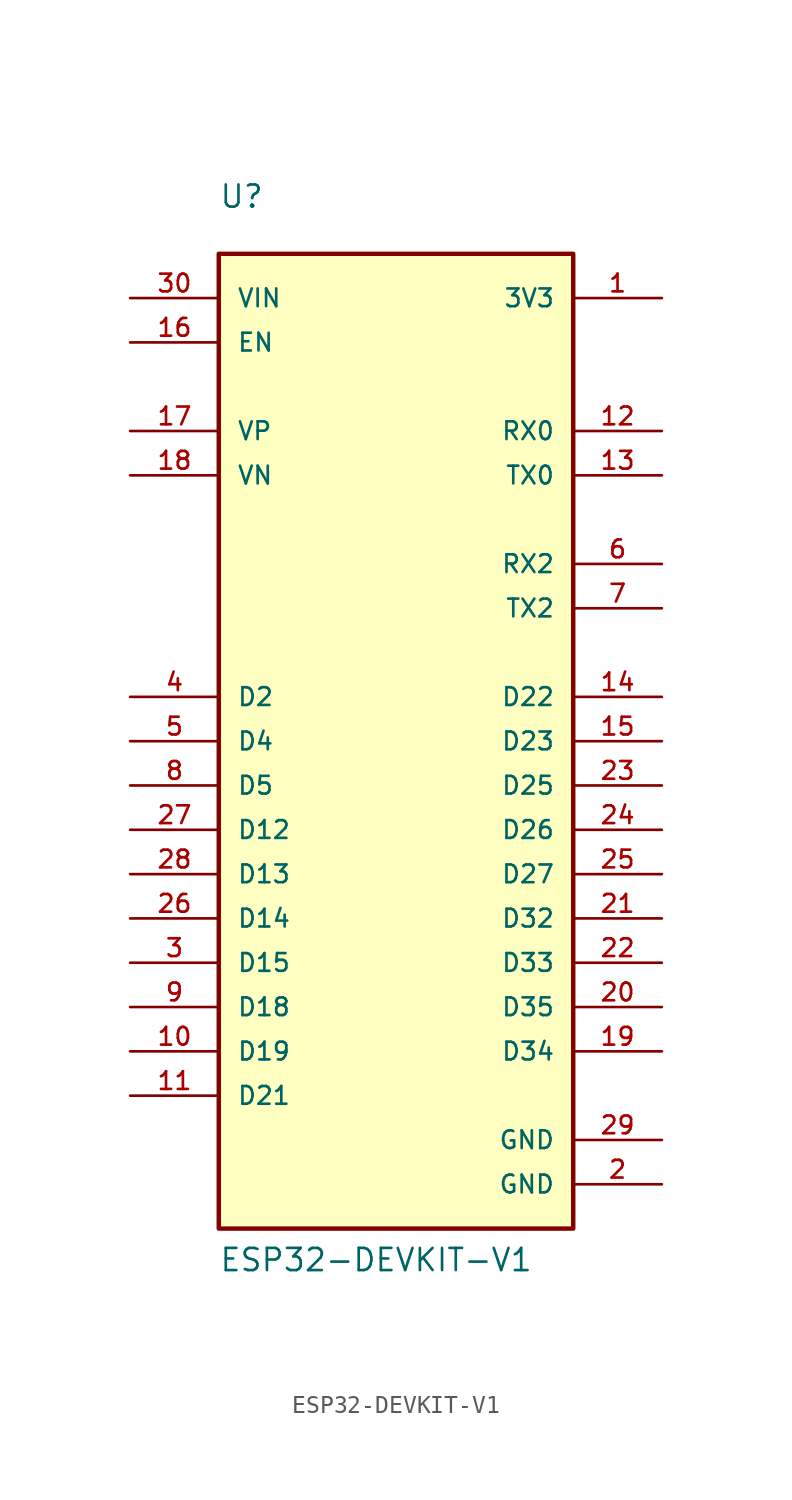
<source format=kicad_sym>
(kicad_symbol_lib
  (version 20231120)
  (generator "kicad_symbol_editor")
  (generator_version "8.0")
  (symbol "ESP32-DEVKIT-V1"
    (pin_names
      (offset 1.016))
    (property "Reference" "U"
      (at -10.16 30.48 0)
      (effects (font (size 1.27 1.27)) (justify left bottom)))
    (property "Value" "ESP32-DEVKIT-V1"
      (at -10.16 -30.48 0)
      (effects (font (size 1.27 1.27)) (justify left bottom)))
    (symbol "ESP32-DEVKIT-V1_0_0"
      (rectangle (start -10.16 27.94) (end 10.16 -27.94) (stroke (width 0.254) (type solid)) (fill (type background)))
      (pin output line (at 15.24 25.4 180) (length 5.08) (name "3V3" (effects (font (size 1.016 1.016)))) (number "1" (effects (font (size 1.016 1.016)))))
      (pin bidirectional line (at -15.24 -17.78 0) (length 5.08) (name "D19" (effects (font (size 1.016 1.016)))) (number "10" (effects (font (size 1.016 1.016)))))
      (pin bidirectional line (at -15.24 -20.32 0) (length 5.08) (name "D21" (effects (font (size 1.016 1.016)))) (number "11" (effects (font (size 1.016 1.016)))))
      (pin input line (at 15.24 17.78 180) (length 5.08) (name "RX0" (effects (font (size 1.016 1.016)))) (number "12" (effects (font (size 1.016 1.016)))))
      (pin output line (at 15.24 15.24 180) (length 5.08) (name "TX0" (effects (font (size 1.016 1.016)))) (number "13" (effects (font (size 1.016 1.016)))))
      (pin bidirectional line (at 15.24 2.54 180) (length 5.08) (name "D22" (effects (font (size 1.016 1.016)))) (number "14" (effects (font (size 1.016 1.016)))))
      (pin bidirectional line (at 15.24 0 180) (length 5.08) (name "D23" (effects (font (size 1.016 1.016)))) (number "15" (effects (font (size 1.016 1.016)))))
      (pin input line (at -15.24 22.86 0) (length 5.08) (name "EN" (effects (font (size 1.016 1.016)))) (number "16" (effects (font (size 1.016 1.016)))))
      (pin bidirectional line (at -15.24 17.78 0) (length 5.08) (name "VP" (effects (font (size 1.016 1.016)))) (number "17" (effects (font (size 1.016 1.016)))))
      (pin bidirectional line (at -15.24 15.24 0) (length 5.08) (name "VN" (effects (font (size 1.016 1.016)))) (number "18" (effects (font (size 1.016 1.016)))))
      (pin bidirectional line (at 15.24 -17.78 180) (length 5.08) (name "D34" (effects (font (size 1.016 1.016)))) (number "19" (effects (font (size 1.016 1.016)))))
      (pin power_in line (at 15.24 -25.4 180) (length 5.08) (name "GND" (effects (font (size 1.016 1.016)))) (number "2" (effects (font (size 1.016 1.016)))))
      (pin bidirectional line (at 15.24 -15.24 180) (length 5.08) (name "D35" (effects (font (size 1.016 1.016)))) (number "20" (effects (font (size 1.016 1.016)))))
      (pin bidirectional line (at 15.24 -10.16 180) (length 5.08) (name "D32" (effects (font (size 1.016 1.016)))) (number "21" (effects (font (size 1.016 1.016)))))
      (pin bidirectional line (at 15.24 -12.7 180) (length 5.08) (name "D33" (effects (font (size 1.016 1.016)))) (number "22" (effects (font (size 1.016 1.016)))))
      (pin bidirectional line (at 15.24 -2.54 180) (length 5.08) (name "D25" (effects (font (size 1.016 1.016)))) (number "23" (effects (font (size 1.016 1.016)))))
      (pin bidirectional line (at 15.24 -5.08 180) (length 5.08) (name "D26" (effects (font (size 1.016 1.016)))) (number "24" (effects (font (size 1.016 1.016)))))
      (pin bidirectional line (at 15.24 -7.62 180) (length 5.08) (name "D27" (effects (font (size 1.016 1.016)))) (number "25" (effects (font (size 1.016 1.016)))))
      (pin bidirectional line (at -15.24 -10.16 0) (length 5.08) (name "D14" (effects (font (size 1.016 1.016)))) (number "26" (effects (font (size 1.016 1.016)))))
      (pin bidirectional line (at -15.24 -5.08 0) (length 5.08) (name "D12" (effects (font (size 1.016 1.016)))) (number "27" (effects (font (size 1.016 1.016)))))
      (pin bidirectional line (at -15.24 -7.62 0) (length 5.08) (name "D13" (effects (font (size 1.016 1.016)))) (number "28" (effects (font (size 1.016 1.016)))))
      (pin power_in line (at 15.24 -22.86 180) (length 5.08) (name "GND" (effects (font (size 1.016 1.016)))) (number "29" (effects (font (size 1.016 1.016)))))
      (pin bidirectional line (at -15.24 -12.7 0) (length 5.08) (name "D15" (effects (font (size 1.016 1.016)))) (number "3" (effects (font (size 1.016 1.016)))))
      (pin input line (at -15.24 25.4 0) (length 5.08) (name "VIN" (effects (font (size 1.016 1.016)))) (number "30" (effects (font (size 1.016 1.016)))))
      (pin bidirectional line (at -15.24 2.54 0) (length 5.08) (name "D2" (effects (font (size 1.016 1.016)))) (number "4" (effects (font (size 1.016 1.016)))))
      (pin bidirectional line (at -15.24 0 0) (length 5.08) (name "D4" (effects (font (size 1.016 1.016)))) (number "5" (effects (font (size 1.016 1.016)))))
      (pin input line (at 15.24 10.16 180) (length 5.08) (name "RX2" (effects (font (size 1.016 1.016)))) (number "6" (effects (font (size 1.016 1.016)))))
      (pin output line (at 15.24 7.62 180) (length 5.08) (name "TX2" (effects (font (size 1.016 1.016)))) (number "7" (effects (font (size 1.016 1.016)))))
      (pin bidirectional line (at -15.24 -2.54 0) (length 5.08) (name "D5" (effects (font (size 1.016 1.016)))) (number "8" (effects (font (size 1.016 1.016)))))
      (pin bidirectional line (at -15.24 -15.24 0) (length 5.08) (name "D18" (effects (font (size 1.016 1.016)))) (number "9" (effects (font (size 1.016 1.016))))))))
</source>
